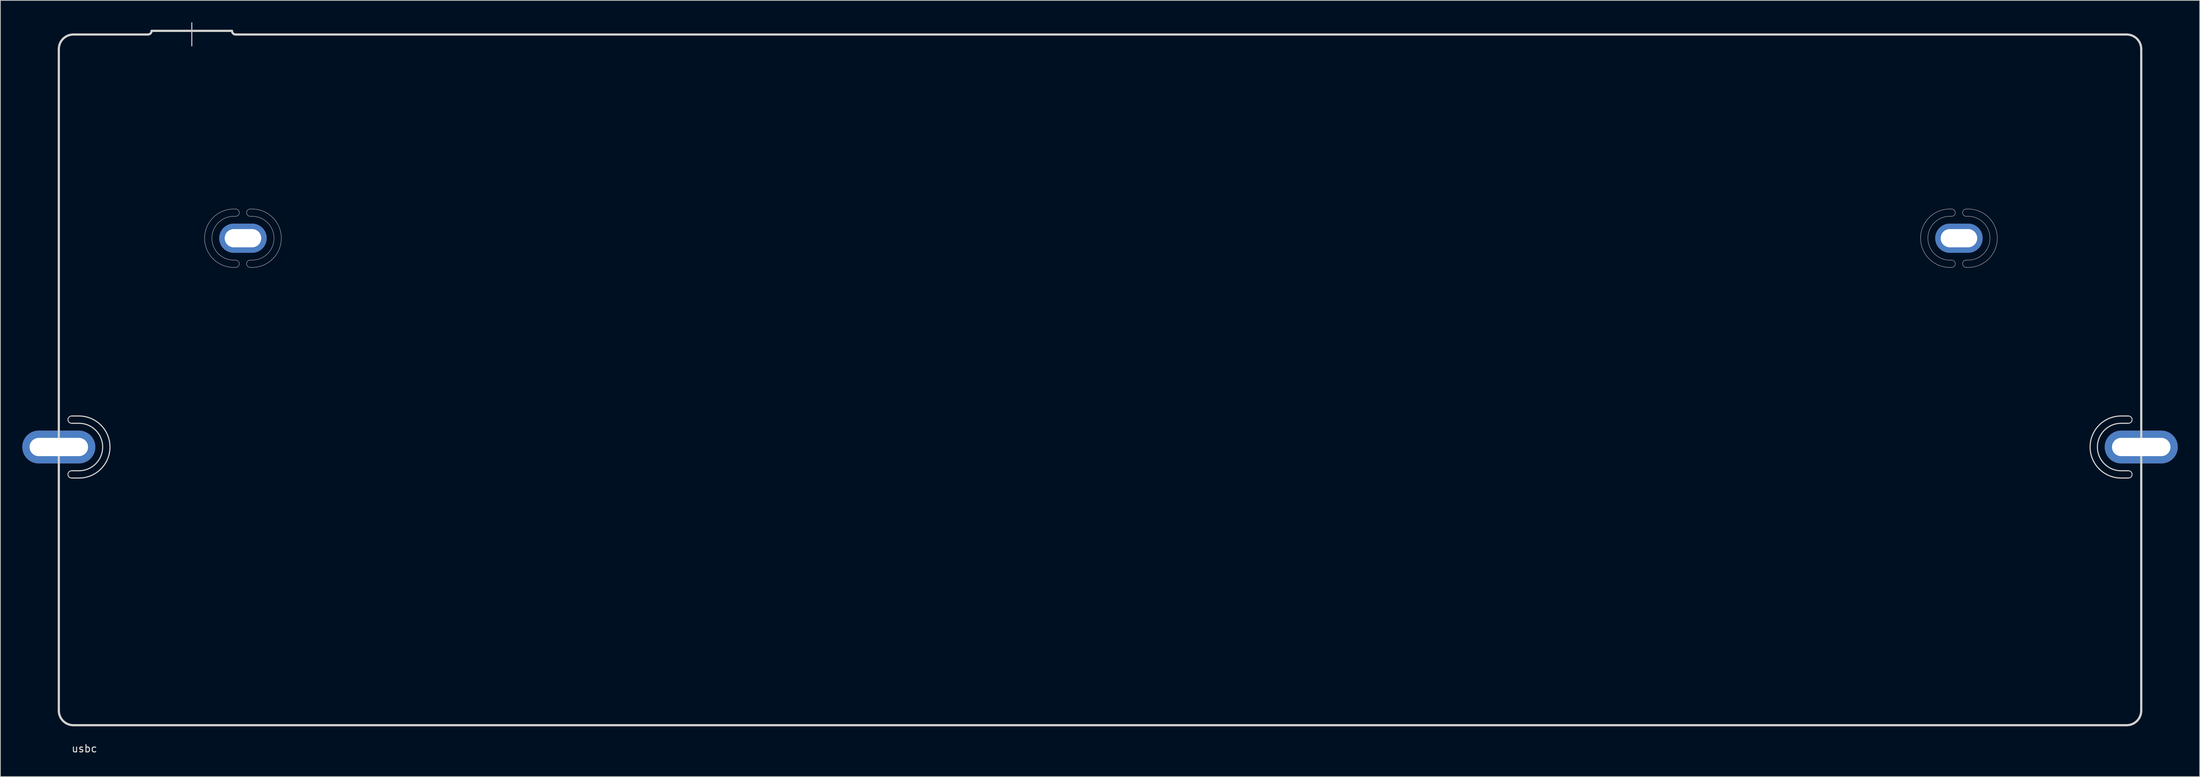
<source format=kicad_pcb>
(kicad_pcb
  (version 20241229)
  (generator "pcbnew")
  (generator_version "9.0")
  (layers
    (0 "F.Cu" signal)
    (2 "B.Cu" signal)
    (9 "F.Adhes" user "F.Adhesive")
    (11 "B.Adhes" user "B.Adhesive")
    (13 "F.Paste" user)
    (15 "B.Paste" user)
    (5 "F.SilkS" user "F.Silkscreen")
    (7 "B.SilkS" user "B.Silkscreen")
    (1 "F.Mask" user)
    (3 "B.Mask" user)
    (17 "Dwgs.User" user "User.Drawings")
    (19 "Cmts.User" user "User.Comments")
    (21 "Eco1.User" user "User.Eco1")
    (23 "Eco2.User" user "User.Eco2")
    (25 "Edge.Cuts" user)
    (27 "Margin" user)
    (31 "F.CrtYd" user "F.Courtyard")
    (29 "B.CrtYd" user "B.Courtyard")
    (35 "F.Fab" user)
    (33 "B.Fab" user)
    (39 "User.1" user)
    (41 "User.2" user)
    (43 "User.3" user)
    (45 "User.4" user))
  (footprint "usbc"
    (layer "F.Cu")
    (at 147.5 48.975)
    (property "Reference" "usbc" (at -139 50.5 0) (layer "Edge.Cuts") (effects (font (size 1 1) (thickness 0.15))))
    (attr through_hole)
    (fp_line (start -124.3 -48.9) (end -124.3 -45.75) (stroke (width 0.15) (type solid)) (layer "Dwgs.User"))
    (fp_line (start -142.5 45.3) (end -142.5 -45.3) (stroke (width 0.3) (type solid)) (layer "Edge.Cuts"))
    (fp_line (start -140.5 -47.3) (end -130.3 -47.3) (stroke (width 0.3) (type solid)) (layer "Edge.Cuts"))
    (fp_line (start -140.5 47.3) (end 140.5 47.3) (stroke (width 0.3) (type solid)) (layer "Edge.Cuts"))
    (fp_line (start -139.75 4.95) (end -140.75 4.95) (stroke (width 0.15) (type solid)) (layer "Edge.Cuts"))
    (fp_line (start -139.75 5.95) (end -140.75 5.95) (stroke (width 0.15) (type solid)) (layer "Edge.Cuts"))
    (fp_line (start -139.75 12.45) (end -140.75 12.45) (stroke (width 0.15) (type solid)) (layer "Edge.Cuts"))
    (fp_line (start -139.75 13.45) (end -140.75 13.45) (stroke (width 0.15) (type solid)) (layer "Edge.Cuts"))
    (fp_line (start -129.8 -47.8) (end -118.8 -47.8) (stroke (width 0.3) (type solid)) (layer "Edge.Cuts"))
    (fp_line (start -118.55 -23.4) (end -118.3 -23.4) (stroke (width 0.05) (type solid)) (layer "Edge.Cuts"))
    (fp_line (start -118.55 -22.4) (end -118.3 -22.4) (stroke (width 0.05) (type solid)) (layer "Edge.Cuts"))
    (fp_line (start -118.55 -16.4) (end -118.3 -16.4) (stroke (width 0.05) (type solid)) (layer "Edge.Cuts"))
    (fp_line (start -118.55 -15.4) (end -118.3 -15.4) (stroke (width 0.05) (type solid)) (layer "Edge.Cuts"))
    (fp_line (start -116.3 -23.4) (end -116.05 -23.4) (stroke (width 0.05) (type solid)) (layer "Edge.Cuts"))
    (fp_line (start -116.3 -22.4) (end -116.05 -22.4) (stroke (width 0.05) (type solid)) (layer "Edge.Cuts"))
    (fp_line (start -116.3 -16.4) (end -116.05 -16.4) (stroke (width 0.05) (type solid)) (layer "Edge.Cuts"))
    (fp_line (start -116.3 -15.4) (end -116.05 -15.4) (stroke (width 0.05) (type solid)) (layer "Edge.Cuts"))
    (fp_line (start 116.3 -23.4) (end 116.55 -23.4) (stroke (width 0.05) (type solid)) (layer "Edge.Cuts"))
    (fp_line (start 116.3 -22.4) (end 116.55 -22.4) (stroke (width 0.05) (type solid)) (layer "Edge.Cuts"))
    (fp_line (start 116.3 -16.4) (end 116.55 -16.4) (stroke (width 0.05) (type solid)) (layer "Edge.Cuts"))
    (fp_line (start 116.3 -15.4) (end 116.55 -15.4) (stroke (width 0.05) (type solid)) (layer "Edge.Cuts"))
    (fp_line (start 118.55 -23.4) (end 118.8 -23.4) (stroke (width 0.05) (type solid)) (layer "Edge.Cuts"))
    (fp_line (start 118.55 -22.4) (end 118.8 -22.4) (stroke (width 0.05) (type solid)) (layer "Edge.Cuts"))
    (fp_line (start 118.55 -16.4) (end 118.8 -16.4) (stroke (width 0.05) (type solid)) (layer "Edge.Cuts"))
    (fp_line (start 118.55 -15.4) (end 118.8 -15.4) (stroke (width 0.05) (type solid)) (layer "Edge.Cuts"))
    (fp_line (start 139.75 4.95) (end 140.75 4.95) (stroke (width 0.15) (type solid)) (layer "Edge.Cuts"))
    (fp_line (start 139.75 5.95) (end 140.75 5.95) (stroke (width 0.15) (type solid)) (layer "Edge.Cuts"))
    (fp_line (start 139.75 12.45) (end 140.75 12.45) (stroke (width 0.15) (type solid)) (layer "Edge.Cuts"))
    (fp_line (start 139.75 13.45) (end 140.75 13.45) (stroke (width 0.15) (type solid)) (layer "Edge.Cuts"))
    (fp_line (start 140.5 -47.3) (end -118.3 -47.3) (stroke (width 0.3) (type solid)) (layer "Edge.Cuts"))
    (fp_line (start 142.5 45.3) (end 142.5 -45.3) (stroke (width 0.3) (type solid)) (layer "Edge.Cuts"))
    (fp_arc (start -142.5 -45.3) (mid -141.914214 -46.714214) (end -140.5 -47.3) (stroke (width 0.3) (type solid)) (layer "Edge.Cuts"))
    (fp_arc (start -140.75 5.95) (mid -141.25 5.45) (end -140.75 4.95) (stroke (width 0.12) (type solid)) (layer "Edge.Cuts"))
    (fp_arc (start -140.75 13.45) (mid -141.25 12.95) (end -140.75 12.45) (stroke (width 0.12) (type solid)) (layer "Edge.Cuts"))
    (fp_arc (start -140.5 47.3) (mid -141.914214 46.714214) (end -142.5 45.3) (stroke (width 0.3) (type solid)) (layer "Edge.Cuts"))
    (fp_arc (start -139.75 4.95) (mid -135.5 9.2) (end -139.75 13.45) (stroke (width 0.15) (type solid)) (layer "Edge.Cuts"))
    (fp_arc (start -139.75 5.95) (mid -136.5 9.2) (end -139.75 12.45) (stroke (width 0.15) (type solid)) (layer "Edge.Cuts"))
    (fp_arc (start -129.8 -47.8) (mid -129.946447 -47.446447) (end -130.3 -47.3) (stroke (width 0.3) (type solid)) (layer "Edge.Cuts"))
    (fp_arc (start -118.55 -16.4) (mid -121.55 -19.4) (end -118.55 -22.4) (stroke (width 0.05) (type solid)) (layer "Edge.Cuts"))
    (fp_arc (start -118.55 -15.4) (mid -122.55 -19.4) (end -118.55 -23.4) (stroke (width 0.05) (type solid)) (layer "Edge.Cuts"))
    (fp_arc (start -118.3 -47.3) (mid -118.653553 -47.446447) (end -118.8 -47.8) (stroke (width 0.3) (type solid)) (layer "Edge.Cuts"))
    (fp_arc (start -118.3 -23.4) (mid -117.8 -22.9) (end -118.3 -22.4) (stroke (width 0.05) (type solid)) (layer "Edge.Cuts"))
    (fp_arc (start -118.3 -16.4) (mid -117.8 -15.9) (end -118.3 -15.4) (stroke (width 0.05) (type solid)) (layer "Edge.Cuts"))
    (fp_arc (start -116.3 -22.4) (mid -116.8 -22.9) (end -116.3 -23.4) (stroke (width 0.05) (type solid)) (layer "Edge.Cuts"))
    (fp_arc (start -116.3 -15.4) (mid -116.8 -15.9) (end -116.3 -16.4) (stroke (width 0.05) (type solid)) (layer "Edge.Cuts"))
    (fp_arc (start -116.05 -23.4) (mid -112.05 -19.4) (end -116.05 -15.4) (stroke (width 0.05) (type solid)) (layer "Edge.Cuts"))
    (fp_arc (start -116.05 -22.4) (mid -113.05 -19.4) (end -116.05 -16.4) (stroke (width 0.05) (type solid)) (layer "Edge.Cuts"))
    (fp_arc (start 116.3 -16.4) (mid 113.3 -19.4) (end 116.3 -22.4) (stroke (width 0.05) (type solid)) (layer "Edge.Cuts"))
    (fp_arc (start 116.3 -15.4) (mid 112.3 -19.4) (end 116.3 -23.4) (stroke (width 0.05) (type solid)) (layer "Edge.Cuts"))
    (fp_arc (start 116.55 -23.4) (mid 117.05 -22.9) (end 116.55 -22.4) (stroke (width 0.05) (type solid)) (layer "Edge.Cuts"))
    (fp_arc (start 116.55 -16.4) (mid 117.05 -15.9) (end 116.55 -15.4) (stroke (width 0.05) (type solid)) (layer "Edge.Cuts"))
    (fp_arc (start 118.55 -22.4) (mid 118.05 -22.9) (end 118.55 -23.4) (stroke (width 0.05) (type solid)) (layer "Edge.Cuts"))
    (fp_arc (start 118.55 -15.4) (mid 118.05 -15.9) (end 118.55 -16.4) (stroke (width 0.05) (type solid)) (layer "Edge.Cuts"))
    (fp_arc (start 118.8 -23.4) (mid 122.8 -19.4) (end 118.8 -15.4) (stroke (width 0.05) (type solid)) (layer "Edge.Cuts"))
    (fp_arc (start 118.8 -22.4) (mid 121.8 -19.4) (end 118.8 -16.4) (stroke (width 0.05) (type solid)) (layer "Edge.Cuts"))
    (fp_arc (start 139.75 12.45) (mid 136.5 9.2) (end 139.75 5.95) (stroke (width 0.15) (type solid)) (layer "Edge.Cuts"))
    (fp_arc (start 139.75 13.45) (mid 135.5 9.2) (end 139.75 4.95) (stroke (width 0.15) (type solid)) (layer "Edge.Cuts"))
    (fp_arc (start 140.5 -47.3) (mid 141.914214 -46.714214) (end 142.5 -45.3) (stroke (width 0.3) (type solid)) (layer "Edge.Cuts"))
    (fp_arc (start 140.75 4.95) (mid 141.25 5.45) (end 140.75 5.95) (stroke (width 0.12) (type solid)) (layer "Edge.Cuts"))
    (fp_arc (start 140.75 12.45) (mid 141.25 12.95) (end 140.75 13.45) (stroke (width 0.12) (type solid)) (layer "Edge.Cuts"))
    (fp_arc (start 142.5 45.3) (mid 141.914214 46.714214) (end 140.5 47.3) (stroke (width 0.3) (type solid)) (layer "Edge.Cuts"))
    (pad "1" thru_hole oval (at -117.3 -19.4) (size 6.5 4) (drill oval 5 2.5) (layers "*.Cu" "*.Mask"))
    (pad "1" thru_hole oval (at 117.55 -19.4) (size 6.5 4) (drill oval 5 2.5) (layers "*.Cu" "*.Mask"))
    (pad "2" thru_hole oval (at -142.5 9.2) (size 10 4.5) (drill oval 8 2.5) (layers "*.Cu" "*.Mask"))
    (pad "2" thru_hole oval (at 142.5 9.2 180) (size 10 4.5) (drill oval 8 2.5) (layers "*.Cu" "*.Mask")))
  (gr_rect
    (start -3 -3)
    (end 298 103.323)
    (stroke (width 0.1) (type default))
    (fill no)
    (layer "Edge.Cuts")))
</source>
